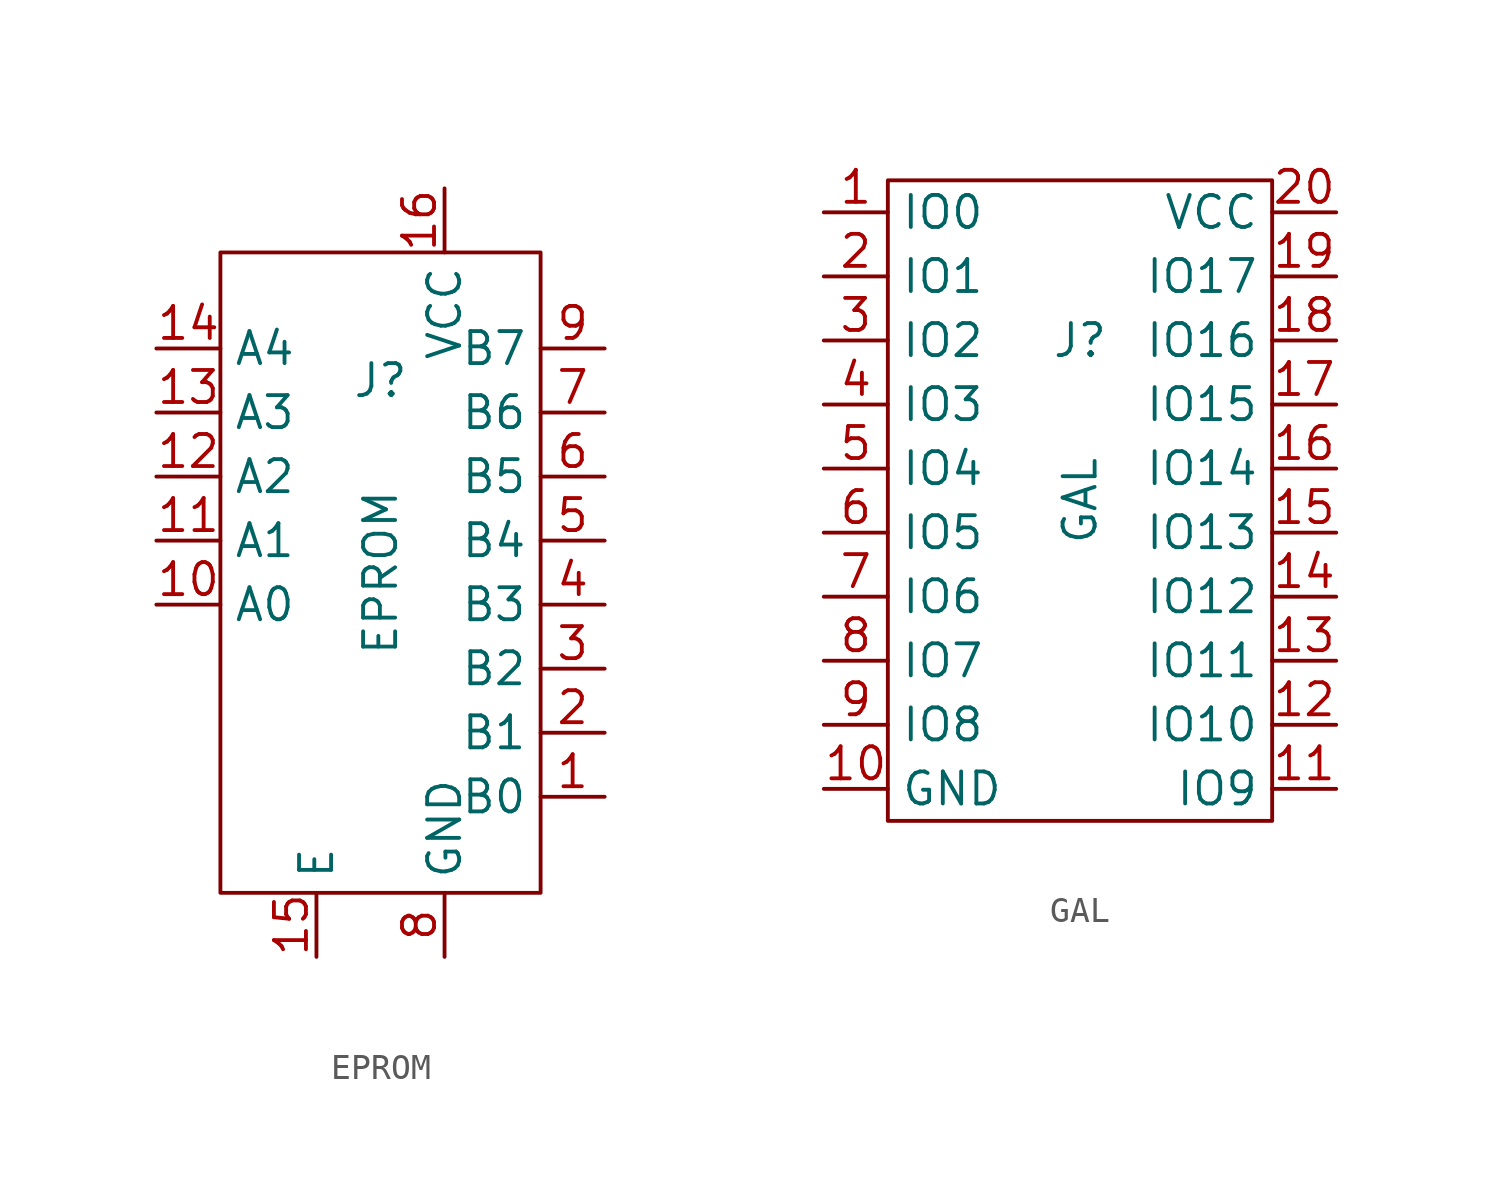
<source format=kicad_sym>
(kicad_symbol_lib
  (version 20211014)
  (generator kicad_symbol_editor)
  (symbol "EPROM"
    (property "Reference" "J"
      (at 0 7.62 0)
      (effects (font (size 1.27 1.27))))
    (property "Value" "EPROM"
      (at 0 0 90)
      (effects (font (size 1.27 1.27))))
    (symbol "EPROM_0_1"
      (rectangle (start -6.35 12.7) (end 6.35 -12.7) (stroke (width 0.152) (type default) (color 0 0 0 0)) (fill (type none))))
    (symbol "EPROM_1_1"
      (pin output line (at 8.89 -8.89 180) (length 2.54) (name "B0" (effects (font (size 1.27 1.27)))) (number "1" (effects (font (size 1.27 1.27)))))
      (pin input line (at -8.89 -1.27 0) (length 2.54) (name "A0" (effects (font (size 1.27 1.27)))) (number "10" (effects (font (size 1.27 1.27)))))
      (pin input line (at -8.89 1.27 0) (length 2.54) (name "A1" (effects (font (size 1.27 1.27)))) (number "11" (effects (font (size 1.27 1.27)))))
      (pin input line (at -8.89 3.81 0) (length 2.54) (name "A2" (effects (font (size 1.27 1.27)))) (number "12" (effects (font (size 1.27 1.27)))))
      (pin input line (at -8.89 6.35 0) (length 2.54) (name "A3" (effects (font (size 1.27 1.27)))) (number "13" (effects (font (size 1.27 1.27)))))
      (pin input line (at -8.89 8.89 0) (length 2.54) (name "A4" (effects (font (size 1.27 1.27)))) (number "14" (effects (font (size 1.27 1.27)))))
      (pin input line (at -2.54 -15.24 90) (length 2.54) (name "E" (effects (font (size 1.27 1.27)))) (number "15" (effects (font (size 1.27 1.27)))))
      (pin power_in line (at 2.54 15.24 270) (length 2.54) (name "VCC" (effects (font (size 1.27 1.27)))) (number "16" (effects (font (size 1.27 1.27)))))
      (pin output line (at 8.89 -6.35 180) (length 2.54) (name "B1" (effects (font (size 1.27 1.27)))) (number "2" (effects (font (size 1.27 1.27)))))
      (pin output line (at 8.89 -3.81 180) (length 2.54) (name "B2" (effects (font (size 1.27 1.27)))) (number "3" (effects (font (size 1.27 1.27)))))
      (pin output line (at 8.89 -1.27 180) (length 2.54) (name "B3" (effects (font (size 1.27 1.27)))) (number "4" (effects (font (size 1.27 1.27)))))
      (pin output line (at 8.89 1.27 180) (length 2.54) (name "B4" (effects (font (size 1.27 1.27)))) (number "5" (effects (font (size 1.27 1.27)))))
      (pin output line (at 8.89 3.81 180) (length 2.54) (name "B5" (effects (font (size 1.27 1.27)))) (number "6" (effects (font (size 1.27 1.27)))))
      (pin output line (at 8.89 6.35 180) (length 2.54) (name "B6" (effects (font (size 1.27 1.27)))) (number "7" (effects (font (size 1.27 1.27)))))
      (pin power_in line (at 2.54 -15.24 90) (length 2.54) (name "GND" (effects (font (size 1.27 1.27)))) (number "8" (effects (font (size 1.27 1.27)))))
      (pin output line (at 8.89 8.89 180) (length 2.54) (name "B7" (effects (font (size 1.27 1.27)))) (number "9" (effects (font (size 1.27 1.27)))))))
  (symbol "GAL"
    (property "Reference" "J"
      (at 0 6.35 0)
      (effects (font (size 1.27 1.27))))
    (property "Value" "GAL"
      (at 0 0 90)
      (effects (font (size 1.27 1.27))))
    (symbol "GAL_0_1"
      (rectangle (start -7.62 12.7) (end 7.62 -12.7) (stroke (width 0.152) (type default) (color 0 0 0 0)) (fill (type none))))
    (symbol "GAL_1_1"
      (pin bidirectional line (at -10.16 11.43 0) (length 2.54) (name "IO0" (effects (font (size 1.27 1.27)))) (number "1" (effects (font (size 1.27 1.27)))))
      (pin power_in line (at -10.16 -11.43 0) (length 2.54) (name "GND" (effects (font (size 1.27 1.27)))) (number "10" (effects (font (size 1.27 1.27)))))
      (pin bidirectional line (at 10.16 -11.43 180) (length 2.54) (name "IO9" (effects (font (size 1.27 1.27)))) (number "11" (effects (font (size 1.27 1.27)))))
      (pin bidirectional line (at 10.16 -8.89 180) (length 2.54) (name "IO10" (effects (font (size 1.27 1.27)))) (number "12" (effects (font (size 1.27 1.27)))))
      (pin bidirectional line (at 10.16 -6.35 180) (length 2.54) (name "IO11" (effects (font (size 1.27 1.27)))) (number "13" (effects (font (size 1.27 1.27)))))
      (pin bidirectional line (at 10.16 -3.81 180) (length 2.54) (name "IO12" (effects (font (size 1.27 1.27)))) (number "14" (effects (font (size 1.27 1.27)))))
      (pin bidirectional line (at 10.16 -1.27 180) (length 2.54) (name "IO13" (effects (font (size 1.27 1.27)))) (number "15" (effects (font (size 1.27 1.27)))))
      (pin bidirectional line (at 10.16 1.27 180) (length 2.54) (name "IO14" (effects (font (size 1.27 1.27)))) (number "16" (effects (font (size 1.27 1.27)))))
      (pin bidirectional line (at 10.16 3.81 180) (length 2.54) (name "IO15" (effects (font (size 1.27 1.27)))) (number "17" (effects (font (size 1.27 1.27)))))
      (pin bidirectional line (at 10.16 6.35 180) (length 2.54) (name "IO16" (effects (font (size 1.27 1.27)))) (number "18" (effects (font (size 1.27 1.27)))))
      (pin bidirectional line (at 10.16 8.89 180) (length 2.54) (name "IO17" (effects (font (size 1.27 1.27)))) (number "19" (effects (font (size 1.27 1.27)))))
      (pin bidirectional line (at -10.16 8.89 0) (length 2.54) (name "IO1" (effects (font (size 1.27 1.27)))) (number "2" (effects (font (size 1.27 1.27)))))
      (pin power_in line (at 10.16 11.43 180) (length 2.54) (name "VCC" (effects (font (size 1.27 1.27)))) (number "20" (effects (font (size 1.27 1.27)))))
      (pin bidirectional line (at -10.16 6.35 0) (length 2.54) (name "IO2" (effects (font (size 1.27 1.27)))) (number "3" (effects (font (size 1.27 1.27)))))
      (pin bidirectional line (at -10.16 3.81 0) (length 2.54) (name "IO3" (effects (font (size 1.27 1.27)))) (number "4" (effects (font (size 1.27 1.27)))))
      (pin bidirectional line (at -10.16 1.27 0) (length 2.54) (name "IO4" (effects (font (size 1.27 1.27)))) (number "5" (effects (font (size 1.27 1.27)))))
      (pin bidirectional line (at -10.16 -1.27 0) (length 2.54) (name "IO5" (effects (font (size 1.27 1.27)))) (number "6" (effects (font (size 1.27 1.27)))))
      (pin bidirectional line (at -10.16 -3.81 0) (length 2.54) (name "IO6" (effects (font (size 1.27 1.27)))) (number "7" (effects (font (size 1.27 1.27)))))
      (pin bidirectional line (at -10.16 -6.35 0) (length 2.54) (name "IO7" (effects (font (size 1.27 1.27)))) (number "8" (effects (font (size 1.27 1.27)))))
      (pin bidirectional line (at -10.16 -8.89 0) (length 2.54) (name "IO8" (effects (font (size 1.27 1.27)))) (number "9" (effects (font (size 1.27 1.27))))))))
</source>
